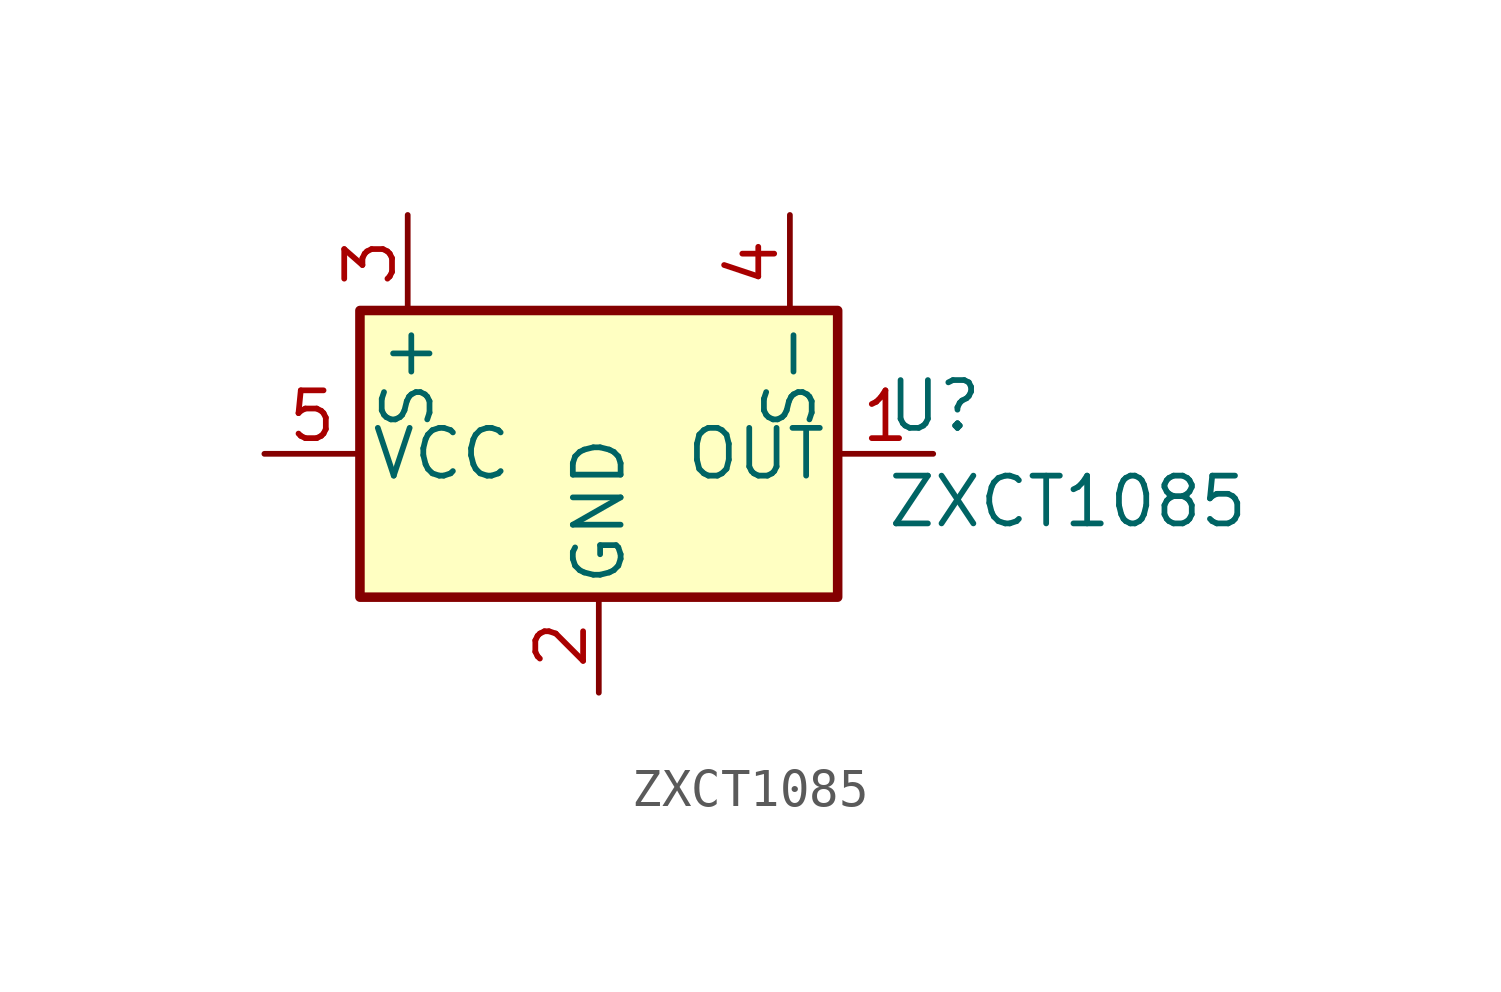
<source format=kicad_sym>
(kicad_symbol_lib
  (version 20231120)
  (generator "kicad_symbol_editor")
  (generator_version "8.0")
  (symbol "ZXCT1085"
    (pin_names
      (offset 0.254))
    (property "Reference" "U"
      (at 7.62 1.27 0)
      (effects (font (size 1.27 1.27)) (justify left)))
    (property "Value" "ZXCT1085"
      (at 7.62 -1.27 0)
      (effects (font (size 1.27 1.27)) (justify left)))
    (symbol "ZXCT1085_0_1"
      (rectangle (start -6.35 3.81) (end 6.35 -3.81) (stroke (width 0.254) (type default)) (fill (type background))))
    (symbol "ZXCT1085_1_1"
      (pin passive line (at 8.89 0 180) (length 2.54) (name "OUT" (effects (font (size 1.27 1.27)))) (number "1" (effects (font (size 1.27 1.27)))))
      (pin passive line (at 0 -6.35 90) (length 2.54) (name "GND" (effects (font (size 1.27 1.27)))) (number "2" (effects (font (size 1.27 1.27)))))
      (pin passive line (at -5.08 6.35 270) (length 2.54) (name "S+" (effects (font (size 1.27 1.27)))) (number "3" (effects (font (size 1.27 1.27)))))
      (pin passive line (at 5.08 6.35 270) (length 2.54) (name "S-" (effects (font (size 1.27 1.27)))) (number "4" (effects (font (size 1.27 1.27)))))
      (pin passive line (at -8.89 0 0) (length 2.54) (name "VCC" (effects (font (size 1.27 1.27)))) (number "5" (effects (font (size 1.27 1.27))))))))
</source>
